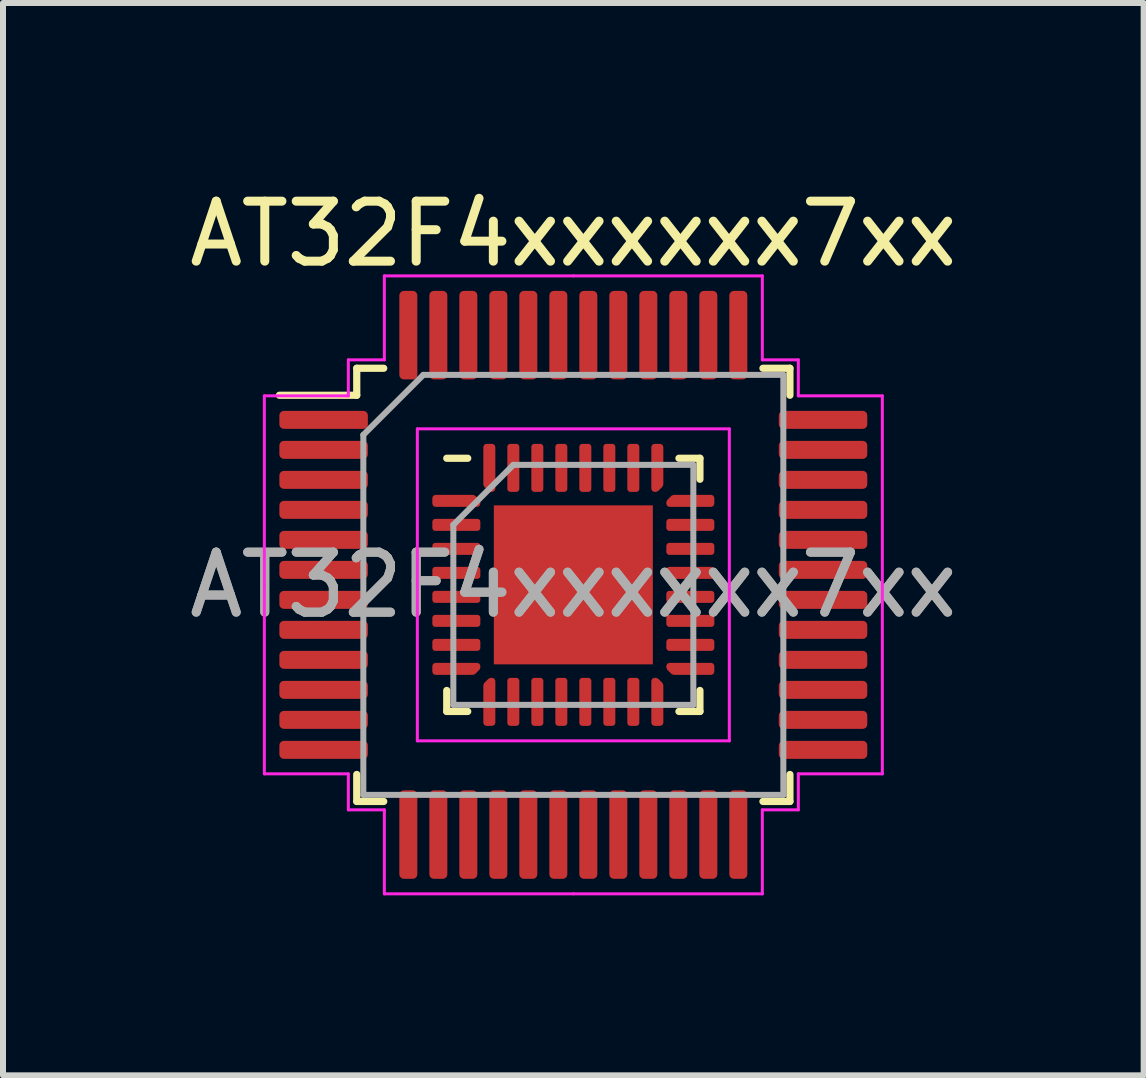
<source format=kicad_pcb>
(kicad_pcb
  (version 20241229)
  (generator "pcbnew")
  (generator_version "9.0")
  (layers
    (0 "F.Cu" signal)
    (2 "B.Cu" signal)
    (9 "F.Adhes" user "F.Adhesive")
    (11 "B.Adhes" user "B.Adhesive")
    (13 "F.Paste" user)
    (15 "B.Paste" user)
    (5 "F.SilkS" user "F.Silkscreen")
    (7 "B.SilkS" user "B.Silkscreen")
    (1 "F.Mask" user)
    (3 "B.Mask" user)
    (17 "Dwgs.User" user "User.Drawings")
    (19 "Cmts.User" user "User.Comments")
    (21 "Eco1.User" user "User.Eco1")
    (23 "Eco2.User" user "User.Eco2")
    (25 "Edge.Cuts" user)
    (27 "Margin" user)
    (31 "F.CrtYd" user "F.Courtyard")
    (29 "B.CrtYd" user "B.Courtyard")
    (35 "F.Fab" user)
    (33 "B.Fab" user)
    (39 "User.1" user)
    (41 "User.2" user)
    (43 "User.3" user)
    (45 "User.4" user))
  (footprint "AT32F4xxxxxx7xx"
    (layer "F.Cu")
    (at 6.506 6.698)
    (property "Reference" "AT32F4xxxxxx7xx" (at 0 -5.85 0) (layer "F.SilkS") (effects (font (size 1 1) (thickness 0.15))))
    (attr smd)
    (fp_line (start -3.61 -3.61) (end -3.61 -3.16) (stroke (width 0.12) (type solid)) (layer "F.SilkS"))
    (fp_line (start -3.61 -3.16) (end -4.9 -3.16) (stroke (width 0.12) (type solid)) (layer "F.SilkS"))
    (fp_line (start -3.61 3.61) (end -3.61 3.16) (stroke (width 0.12) (type solid)) (layer "F.SilkS"))
    (fp_line (start -3.16 -3.61) (end -3.61 -3.61) (stroke (width 0.12) (type solid)) (layer "F.SilkS"))
    (fp_line (start -3.16 3.61) (end -3.61 3.61) (stroke (width 0.12) (type solid)) (layer "F.SilkS"))
    (fp_line (start -2.11 2.11) (end -2.11 1.76) (stroke (width 0.12) (type solid)) (layer "F.SilkS"))
    (fp_line (start -1.76 -2.11) (end -2.11 -2.11) (stroke (width 0.12) (type solid)) (layer "F.SilkS"))
    (fp_line (start -1.76 2.11) (end -2.11 2.11) (stroke (width 0.12) (type solid)) (layer "F.SilkS"))
    (fp_line (start 1.76 -2.11) (end 2.11 -2.11) (stroke (width 0.12) (type solid)) (layer "F.SilkS"))
    (fp_line (start 1.76 2.11) (end 2.11 2.11) (stroke (width 0.12) (type solid)) (layer "F.SilkS"))
    (fp_line (start 2.11 -2.11) (end 2.11 -1.76) (stroke (width 0.12) (type solid)) (layer "F.SilkS"))
    (fp_line (start 2.11 2.11) (end 2.11 1.76) (stroke (width 0.12) (type solid)) (layer "F.SilkS"))
    (fp_line (start 3.16 -3.61) (end 3.61 -3.61) (stroke (width 0.12) (type solid)) (layer "F.SilkS"))
    (fp_line (start 3.16 3.61) (end 3.61 3.61) (stroke (width 0.12) (type solid)) (layer "F.SilkS"))
    (fp_line (start 3.61 -3.61) (end 3.61 -3.16) (stroke (width 0.12) (type solid)) (layer "F.SilkS"))
    (fp_line (start 3.61 3.61) (end 3.61 3.16) (stroke (width 0.12) (type solid)) (layer "F.SilkS"))
    (fp_line (start -5.15 -3.15) (end -5.15 0) (stroke (width 0.05) (type solid)) (layer "F.CrtYd"))
    (fp_line (start -5.15 3.15) (end -5.15 0) (stroke (width 0.05) (type solid)) (layer "F.CrtYd"))
    (fp_line (start -3.75 -3.75) (end -3.75 -3.15) (stroke (width 0.05) (type solid)) (layer "F.CrtYd"))
    (fp_line (start -3.75 -3.15) (end -5.15 -3.15) (stroke (width 0.05) (type solid)) (layer "F.CrtYd"))
    (fp_line (start -3.75 3.15) (end -5.15 3.15) (stroke (width 0.05) (type solid)) (layer "F.CrtYd"))
    (fp_line (start -3.75 3.75) (end -3.75 3.15) (stroke (width 0.05) (type solid)) (layer "F.CrtYd"))
    (fp_line (start -3.15 -5.15) (end -3.15 -3.75) (stroke (width 0.05) (type solid)) (layer "F.CrtYd"))
    (fp_line (start -3.15 -3.75) (end -3.75 -3.75) (stroke (width 0.05) (type solid)) (layer "F.CrtYd"))
    (fp_line (start -3.15 3.75) (end -3.75 3.75) (stroke (width 0.05) (type solid)) (layer "F.CrtYd"))
    (fp_line (start -3.15 5.15) (end -3.15 3.75) (stroke (width 0.05) (type solid)) (layer "F.CrtYd"))
    (fp_line (start -2.6 -2.6) (end -2.6 2.6) (stroke (width 0.05) (type solid)) (layer "F.CrtYd"))
    (fp_line (start -2.6 2.6) (end 2.6 2.6) (stroke (width 0.05) (type solid)) (layer "F.CrtYd"))
    (fp_line (start 0 -5.15) (end -3.15 -5.15) (stroke (width 0.05) (type solid)) (layer "F.CrtYd"))
    (fp_line (start 0 -5.15) (end 3.15 -5.15) (stroke (width 0.05) (type solid)) (layer "F.CrtYd"))
    (fp_line (start 0 5.15) (end -3.15 5.15) (stroke (width 0.05) (type solid)) (layer "F.CrtYd"))
    (fp_line (start 0 5.15) (end 3.15 5.15) (stroke (width 0.05) (type solid)) (layer "F.CrtYd"))
    (fp_line (start 2.6 -2.6) (end -2.6 -2.6) (stroke (width 0.05) (type solid)) (layer "F.CrtYd"))
    (fp_line (start 2.6 2.6) (end 2.6 -2.6) (stroke (width 0.05) (type solid)) (layer "F.CrtYd"))
    (fp_line (start 3.15 -5.15) (end 3.15 -3.75) (stroke (width 0.05) (type solid)) (layer "F.CrtYd"))
    (fp_line (start 3.15 -3.75) (end 3.75 -3.75) (stroke (width 0.05) (type solid)) (layer "F.CrtYd"))
    (fp_line (start 3.15 3.75) (end 3.75 3.75) (stroke (width 0.05) (type solid)) (layer "F.CrtYd"))
    (fp_line (start 3.15 5.15) (end 3.15 3.75) (stroke (width 0.05) (type solid)) (layer "F.CrtYd"))
    (fp_line (start 3.75 -3.75) (end 3.75 -3.15) (stroke (width 0.05) (type solid)) (layer "F.CrtYd"))
    (fp_line (start 3.75 -3.15) (end 5.15 -3.15) (stroke (width 0.05) (type solid)) (layer "F.CrtYd"))
    (fp_line (start 3.75 3.15) (end 5.15 3.15) (stroke (width 0.05) (type solid)) (layer "F.CrtYd"))
    (fp_line (start 3.75 3.75) (end 3.75 3.15) (stroke (width 0.05) (type solid)) (layer "F.CrtYd"))
    (fp_line (start 5.15 -3.15) (end 5.15 0) (stroke (width 0.05) (type solid)) (layer "F.CrtYd"))
    (fp_line (start 5.15 3.15) (end 5.15 0) (stroke (width 0.05) (type solid)) (layer "F.CrtYd"))
    (fp_line (start -3.5 -2.5) (end -2.5 -3.5) (stroke (width 0.1) (type solid)) (layer "F.Fab"))
    (fp_line (start -3.5 3.5) (end -3.5 -2.5) (stroke (width 0.1) (type solid)) (layer "F.Fab"))
    (fp_line (start -2.5 -3.5) (end 3.5 -3.5) (stroke (width 0.1) (type solid)) (layer "F.Fab"))
    (fp_line (start -2 -1) (end -1 -2) (stroke (width 0.1) (type solid)) (layer "F.Fab"))
    (fp_line (start -2 2) (end -2 -1) (stroke (width 0.1) (type solid)) (layer "F.Fab"))
    (fp_line (start -1 -2) (end 2 -2) (stroke (width 0.1) (type solid)) (layer "F.Fab"))
    (fp_line (start 2 -2) (end 2 2) (stroke (width 0.1) (type solid)) (layer "F.Fab"))
    (fp_line (start 2 2) (end -2 2) (stroke (width 0.1) (type solid)) (layer "F.Fab"))
    (fp_line (start 3.5 -3.5) (end 3.5 3.5) (stroke (width 0.1) (type solid)) (layer "F.Fab"))
    (fp_line (start 3.5 3.5) (end -3.5 3.5) (stroke (width 0.1) (type solid)) (layer "F.Fab"))
    (fp_text user "${REFERENCE}" (at 0 0 0) (layer "F.Fab") (effects (font (size 1 1) (thickness 0.15))))
    (fp_text user "${REFERENCE}" (at 0 0 0) (layer "F.Fab") (effects (font (size 1 1) (thickness 0.15))))
    (pad "" smd roundrect (at -0.66 -0.66) (size 1.07 1.07) (layers "F.Paste") (roundrect_rratio 0.234))
    (pad "" smd roundrect (at -0.66 0.66) (size 1.07 1.07) (layers "F.Paste") (roundrect_rratio 0.234))
    (pad "" smd roundrect (at 0.66 -0.66) (size 1.07 1.07) (layers "F.Paste") (roundrect_rratio 0.234))
    (pad "" smd roundrect (at 0.66 0.66) (size 1.07 1.07) (layers "F.Paste") (roundrect_rratio 0.234))
    (pad "1" smd roundrect (at -4.162 -2.75) (size 1.475 0.3) (layers "F.Cu" "F.Mask" "F.Paste") (roundrect_rratio 0.25))
    (pad "2" smd roundrect (at -4.162 -2.25) (size 1.475 0.3) (layers "F.Cu" "F.Mask" "F.Paste") (roundrect_rratio 0.25))
    (pad "3" smd roundrect (at -4.162 -1.75) (size 1.475 0.3) (layers "F.Cu" "F.Mask" "F.Paste") (roundrect_rratio 0.25))
    (pad "4" smd roundrect (at -4.162 -1.25) (size 1.475 0.3) (layers "F.Cu" "F.Mask" "F.Paste") (roundrect_rratio 0.25))
    (pad "5" smd roundrect (at -4.162 -0.75) (size 1.475 0.3) (layers "F.Cu" "F.Mask" "F.Paste") (roundrect_rratio 0.25))
    (pad "5" smd roundrect (at -1.95 -1) (size 0.8 0.2) (layers "F.Cu" "F.Mask" "F.Paste") (roundrect_rratio 0.25))
    (pad "6" smd roundrect (at -4.162 -0.25) (size 1.475 0.3) (layers "F.Cu" "F.Mask" "F.Paste") (roundrect_rratio 0.25))
    (pad "6" smd roundrect (at -1.95 -0.6) (size 0.8 0.2) (layers "F.Cu" "F.Mask" "F.Paste") (roundrect_rratio 0.25))
    (pad "7" smd roundrect (at -4.162 0.25) (size 1.475 0.3) (layers "F.Cu" "F.Mask" "F.Paste") (roundrect_rratio 0.25))
    (pad "7" smd roundrect (at -1.95 -0.2) (size 0.8 0.2) (layers "F.Cu" "F.Mask" "F.Paste") (roundrect_rratio 0.25))
    (pad "8" smd roundrect (at -4.162 0.75) (size 1.475 0.3) (layers "F.Cu" "F.Mask" "F.Paste") (roundrect_rratio 0.25))
    (pad "9" smd roundrect (at -4.162 1.25) (size 1.475 0.3) (layers "F.Cu" "F.Mask" "F.Paste") (roundrect_rratio 0.25))
    (pad "9" smd roundrect (at -1.95 0.2) (size 0.8 0.2) (layers "F.Cu" "F.Mask" "F.Paste") (roundrect_rratio 0.25))
    (pad "10" smd roundrect (at -4.162 1.75) (size 1.475 0.3) (layers "F.Cu" "F.Mask" "F.Paste") (roundrect_rratio 0.25))
    (pad "10" smd roundrect (at -1.95 0.6) (size 0.8 0.2) (layers "F.Cu" "F.Mask" "F.Paste") (roundrect_rratio 0.25))
    (pad "11" smd roundrect (at -4.162 2.25) (size 1.475 0.3) (layers "F.Cu" "F.Mask" "F.Paste") (roundrect_rratio 0.25))
    (pad "11" smd roundrect (at -1.95 1) (size 0.8 0.2) (layers "F.Cu" "F.Mask" "F.Paste") (roundrect_rratio 0.25))
    (pad "12" smd roundrect (at -4.162 2.75) (size 1.475 0.3) (layers "F.Cu" "F.Mask" "F.Paste") (roundrect_rratio 0.25))
    (pad "12" smd custom (at -1.95 1.4) (size 0.129 0.129) (layers "F.Cu" "F.Mask" "F.Paste") (options (anchor circle)) (primitives (gr_poly (pts (xy -0.35 -0.05) (xy 0.35 -0.05) (xy 0.35 -0.021) (xy 0.279 0.05) (xy -0.35 0.05)) (width 0.1) (fill yes))))
    (pad "13" smd roundrect (at -2.75 4.162) (size 0.3 1.475) (layers "F.Cu" "F.Mask" "F.Paste") (roundrect_rratio 0.25))
    (pad "13" smd custom (at -1.4 1.95) (size 0.129 0.129) (layers "F.Cu" "F.Mask" "F.Paste") (options (anchor circle)) (primitives (gr_poly (pts (xy -0.05 -0.279) (xy 0.021 -0.35) (xy 0.05 -0.35) (xy 0.05 0.35) (xy -0.05 0.35)) (width 0.1) (fill yes))))
    (pad "14" smd roundrect (at -2.25 4.162) (size 0.3 1.475) (layers "F.Cu" "F.Mask" "F.Paste") (roundrect_rratio 0.25))
    (pad "14" smd roundrect (at -1 1.95) (size 0.2 0.8) (layers "F.Cu" "F.Mask" "F.Paste") (roundrect_rratio 0.25))
    (pad "15" smd roundrect (at -1.75 4.162) (size 0.3 1.475) (layers "F.Cu" "F.Mask" "F.Paste") (roundrect_rratio 0.25))
    (pad "15" smd roundrect (at -0.6 1.95) (size 0.2 0.8) (layers "F.Cu" "F.Mask" "F.Paste") (roundrect_rratio 0.25))
    (pad "16" smd roundrect (at -1.25 4.162) (size 0.3 1.475) (layers "F.Cu" "F.Mask" "F.Paste") (roundrect_rratio 0.25))
    (pad "16" smd roundrect (at -0.2 1.95) (size 0.2 0.8) (layers "F.Cu" "F.Mask" "F.Paste") (roundrect_rratio 0.25))
    (pad "17" smd roundrect (at -0.75 4.162) (size 0.3 1.475) (layers "F.Cu" "F.Mask" "F.Paste") (roundrect_rratio 0.25))
    (pad "17" smd roundrect (at 0.2 1.95) (size 0.2 0.8) (layers "F.Cu" "F.Mask" "F.Paste") (roundrect_rratio 0.25))
    (pad "18" smd roundrect (at -0.25 4.162) (size 0.3 1.475) (layers "F.Cu" "F.Mask" "F.Paste") (roundrect_rratio 0.25))
    (pad "18" smd roundrect (at 0.6 1.95) (size 0.2 0.8) (layers "F.Cu" "F.Mask" "F.Paste") (roundrect_rratio 0.25))
    (pad "19" smd roundrect (at 0.25 4.162) (size 0.3 1.475) (layers "F.Cu" "F.Mask" "F.Paste") (roundrect_rratio 0.25))
    (pad "19" smd roundrect (at 1 1.95) (size 0.2 0.8) (layers "F.Cu" "F.Mask" "F.Paste") (roundrect_rratio 0.25))
    (pad "20" smd roundrect (at 0.75 4.162) (size 0.3 1.475) (layers "F.Cu" "F.Mask" "F.Paste") (roundrect_rratio 0.25))
    (pad "20" smd custom (at 1.4 1.95) (size 0.129 0.129) (layers "F.Cu" "F.Mask" "F.Paste") (options (anchor circle)) (primitives (gr_poly (pts (xy -0.05 -0.35) (xy -0.021 -0.35) (xy 0.05 -0.279) (xy 0.05 0.35) (xy -0.05 0.35)) (width 0.1) (fill yes))))
    (pad "21" smd roundrect (at 1.25 4.162) (size 0.3 1.475) (layers "F.Cu" "F.Mask" "F.Paste") (roundrect_rratio 0.25))
    (pad "22" smd roundrect (at 1.75 4.162) (size 0.3 1.475) (layers "F.Cu" "F.Mask" "F.Paste") (roundrect_rratio 0.25))
    (pad "23" smd roundrect (at 2.25 4.162) (size 0.3 1.475) (layers "F.Cu" "F.Mask" "F.Paste") (roundrect_rratio 0.25))
    (pad "24" smd custom (at 1.95 1.4) (size 0.129 0.129) (layers "F.Cu" "F.Mask" "F.Paste") (options (anchor circle)) (primitives (gr_poly (pts (xy -0.35 -0.05) (xy 0.35 -0.05) (xy 0.35 0.05) (xy -0.279 0.05) (xy -0.35 -0.021)) (width 0.1) (fill yes))))
    (pad "24" smd roundrect (at 2.75 4.162) (size 0.3 1.475) (layers "F.Cu" "F.Mask" "F.Paste") (roundrect_rratio 0.25))
    (pad "25" smd roundrect (at 4.162 2.75) (size 1.475 0.3) (layers "F.Cu" "F.Mask" "F.Paste") (roundrect_rratio 0.25))
    (pad "26" smd roundrect (at 4.162 2.25) (size 1.475 0.3) (layers "F.Cu" "F.Mask" "F.Paste") (roundrect_rratio 0.25))
    (pad "27" smd roundrect (at 4.162 1.75) (size 1.475 0.3) (layers "F.Cu" "F.Mask" "F.Paste") (roundrect_rratio 0.25))
    (pad "28" smd roundrect (at 4.162 1.25) (size 1.475 0.3) (layers "F.Cu" "F.Mask" "F.Paste") (roundrect_rratio 0.25))
    (pad "29" smd roundrect (at 1.95 1) (size 0.8 0.2) (layers "F.Cu" "F.Mask" "F.Paste") (roundrect_rratio 0.25))
    (pad "29" smd roundrect (at 4.162 0.75) (size 1.475 0.3) (layers "F.Cu" "F.Mask" "F.Paste") (roundrect_rratio 0.25))
    (pad "30" smd roundrect (at 1.95 0.6) (size 0.8 0.2) (layers "F.Cu" "F.Mask" "F.Paste") (roundrect_rratio 0.25))
    (pad "30" smd roundrect (at 4.162 0.25) (size 1.475 0.3) (layers "F.Cu" "F.Mask" "F.Paste") (roundrect_rratio 0.25))
    (pad "31" smd roundrect (at 1.95 0.2) (size 0.8 0.2) (layers "F.Cu" "F.Mask" "F.Paste") (roundrect_rratio 0.25))
    (pad "31" smd roundrect (at 4.162 -0.25) (size 1.475 0.3) (layers "F.Cu" "F.Mask" "F.Paste") (roundrect_rratio 0.25))
    (pad "32" smd roundrect (at 1.95 -0.2) (size 0.8 0.2) (layers "F.Cu" "F.Mask" "F.Paste") (roundrect_rratio 0.25))
    (pad "32" smd roundrect (at 4.162 -0.75) (size 1.475 0.3) (layers "F.Cu" "F.Mask" "F.Paste") (roundrect_rratio 0.25))
    (pad "33" smd roundrect (at 1.95 -0.6) (size 0.8 0.2) (layers "F.Cu" "F.Mask" "F.Paste") (roundrect_rratio 0.25))
    (pad "33" smd roundrect (at 4.162 -1.25) (size 1.475 0.3) (layers "F.Cu" "F.Mask" "F.Paste") (roundrect_rratio 0.25))
    (pad "34" smd roundrect (at 1.95 -1) (size 0.8 0.2) (layers "F.Cu" "F.Mask" "F.Paste") (roundrect_rratio 0.25))
    (pad "34" smd roundrect (at 4.162 -1.75) (size 1.475 0.3) (layers "F.Cu" "F.Mask" "F.Paste") (roundrect_rratio 0.25))
    (pad "35" smd roundrect (at 4.162 -2.25) (size 1.475 0.3) (layers "F.Cu" "F.Mask" "F.Paste") (roundrect_rratio 0.25))
    (pad "36" smd roundrect (at 4.162 -2.75) (size 1.475 0.3) (layers "F.Cu" "F.Mask" "F.Paste") (roundrect_rratio 0.25))
    (pad "37" smd custom (at 1.95 -1.4) (size 0.129 0.129) (layers "F.Cu" "F.Mask" "F.Paste") (options (anchor circle)) (primitives (gr_poly (pts (xy -0.35 0.021) (xy -0.279 -0.05) (xy 0.35 -0.05) (xy 0.35 0.05) (xy -0.35 0.05)) (width 0.1) (fill yes))))
    (pad "37" smd roundrect (at 2.75 -4.162) (size 0.3 1.475) (layers "F.Cu" "F.Mask" "F.Paste") (roundrect_rratio 0.25))
    (pad "38" smd custom (at 1.4 -1.95) (size 0.129 0.129) (layers "F.Cu" "F.Mask" "F.Paste") (options (anchor circle)) (primitives (gr_poly (pts (xy -0.05 -0.35) (xy 0.05 -0.35) (xy 0.05 0.279) (xy -0.021 0.35) (xy -0.05 0.35)) (width 0.1) (fill yes))))
    (pad "38" smd roundrect (at 2.25 -4.162) (size 0.3 1.475) (layers "F.Cu" "F.Mask" "F.Paste") (roundrect_rratio 0.25))
    (pad "39" smd roundrect (at 1 -1.95) (size 0.2 0.8) (layers "F.Cu" "F.Mask" "F.Paste") (roundrect_rratio 0.25))
    (pad "39" smd roundrect (at 1.75 -4.162) (size 0.3 1.475) (layers "F.Cu" "F.Mask" "F.Paste") (roundrect_rratio 0.25))
    (pad "40" smd roundrect (at 0.6 -1.95) (size 0.2 0.8) (layers "F.Cu" "F.Mask" "F.Paste") (roundrect_rratio 0.25))
    (pad "40" smd roundrect (at 1.25 -4.162) (size 0.3 1.475) (layers "F.Cu" "F.Mask" "F.Paste") (roundrect_rratio 0.25))
    (pad "41" smd roundrect (at 0.2 -1.95) (size 0.2 0.8) (layers "F.Cu" "F.Mask" "F.Paste") (roundrect_rratio 0.25))
    (pad "41" smd roundrect (at 0.75 -4.162) (size 0.3 1.475) (layers "F.Cu" "F.Mask" "F.Paste") (roundrect_rratio 0.25))
    (pad "42" smd roundrect (at -0.2 -1.95) (size 0.2 0.8) (layers "F.Cu" "F.Mask" "F.Paste") (roundrect_rratio 0.25))
    (pad "42" smd roundrect (at 0.25 -4.162) (size 0.3 1.475) (layers "F.Cu" "F.Mask" "F.Paste") (roundrect_rratio 0.25))
    (pad "43" smd roundrect (at -0.6 -1.95) (size 0.2 0.8) (layers "F.Cu" "F.Mask" "F.Paste") (roundrect_rratio 0.25))
    (pad "43" smd roundrect (at -0.25 -4.162) (size 0.3 1.475) (layers "F.Cu" "F.Mask" "F.Paste") (roundrect_rratio 0.25))
    (pad "44" smd roundrect (at -1 -1.95) (size 0.2 0.8) (layers "F.Cu" "F.Mask" "F.Paste") (roundrect_rratio 0.25))
    (pad "44" smd roundrect (at -0.75 -4.162) (size 0.3 1.475) (layers "F.Cu" "F.Mask" "F.Paste") (roundrect_rratio 0.25))
    (pad "45" smd custom (at -1.4 -1.95) (size 0.129 0.129) (layers "F.Cu" "F.Mask" "F.Paste") (options (anchor circle)) (primitives (gr_poly (pts (xy -0.05 -0.35) (xy 0.05 -0.35) (xy 0.05 0.35) (xy 0.021 0.35) (xy -0.05 0.279)) (width 0.1) (fill yes))))
    (pad "45" smd roundrect (at -1.25 -4.162) (size 0.3 1.475) (layers "F.Cu" "F.Mask" "F.Paste") (roundrect_rratio 0.25))
    (pad "46" smd roundrect (at -1.75 -4.162) (size 0.3 1.475) (layers "F.Cu" "F.Mask" "F.Paste") (roundrect_rratio 0.25))
    (pad "47" smd roundrect (at -2.25 -4.162) (size 0.3 1.475) (layers "F.Cu" "F.Mask" "F.Paste") (roundrect_rratio 0.25))
    (pad "48" smd roundrect (at -2.75 -4.162) (size 0.3 1.475) (layers "F.Cu" "F.Mask" "F.Paste") (roundrect_rratio 0.25))
    (pad "48" smd custom (at -1.95 -1.4) (size 0.129 0.129) (layers "F.Cu" "F.Mask" "F.Paste") (options (anchor circle)) (primitives (gr_poly (pts (xy -0.35 -0.05) (xy 0.279 -0.05) (xy 0.35 0.021) (xy 0.35 0.05) (xy -0.35 0.05)) (width 0.1) (fill yes))))
    (pad "49" smd rect (at 0 0) (size 2.65 2.65) (layers "F.Cu" "F.Mask")))
  (gr_rect
    (start -3 -3)
    (end 16.012 14.873)
    (stroke (width 0.1) (type default))
    (fill no)
    (layer "Edge.Cuts")))
</source>
